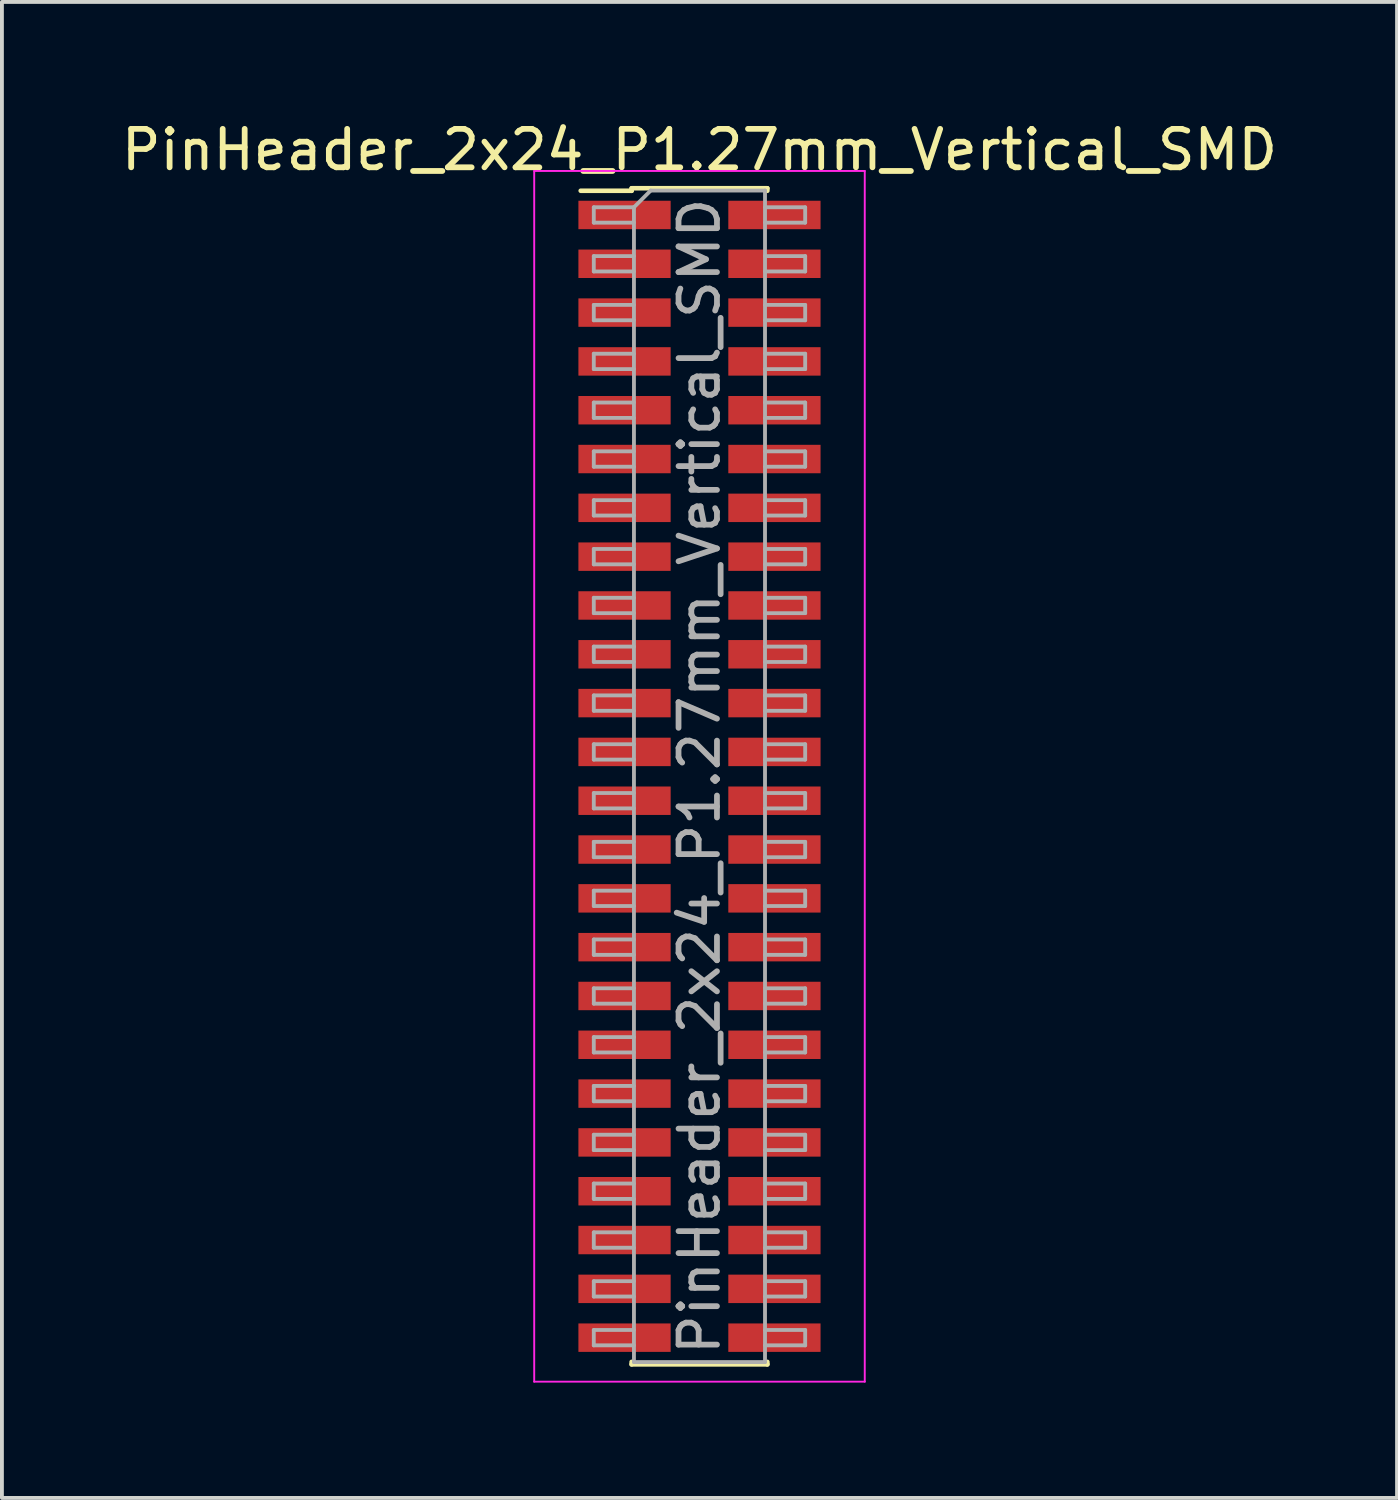
<source format=kicad_pcb>
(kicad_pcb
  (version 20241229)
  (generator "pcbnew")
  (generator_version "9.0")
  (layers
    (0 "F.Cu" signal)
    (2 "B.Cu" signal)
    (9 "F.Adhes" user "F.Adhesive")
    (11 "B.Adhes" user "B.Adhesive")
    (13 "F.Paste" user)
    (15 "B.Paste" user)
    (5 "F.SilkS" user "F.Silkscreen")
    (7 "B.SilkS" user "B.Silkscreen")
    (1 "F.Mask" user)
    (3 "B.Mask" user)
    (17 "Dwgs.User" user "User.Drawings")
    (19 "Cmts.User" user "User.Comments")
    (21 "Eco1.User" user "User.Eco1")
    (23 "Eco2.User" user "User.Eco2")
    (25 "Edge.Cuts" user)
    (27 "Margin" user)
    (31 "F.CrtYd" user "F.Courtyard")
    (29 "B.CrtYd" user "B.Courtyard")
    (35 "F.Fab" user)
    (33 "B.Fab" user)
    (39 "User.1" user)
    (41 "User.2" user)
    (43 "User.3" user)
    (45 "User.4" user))
  (footprint "PinHeader_2x24_P1.27mm_Vertical_SMD"
    (layer "F.Cu")
    (at 15.149 17.148)
    (property "Reference" "PinHeader_2x24_P1.27mm_Vertical_SMD" (at 0 -16.3 0) (layer "F.SilkS") (effects (font (size 1 1) (thickness 0.15))))
    (attr smd)
    (fp_line (start -3.09 -15.235) (end -1.765 -15.235) (stroke (width 0.12) (type solid)) (layer "F.SilkS"))
    (fp_line (start -1.765 -15.3) (end -1.765 -15.235) (stroke (width 0.12) (type solid)) (layer "F.SilkS"))
    (fp_line (start -1.765 -15.3) (end 1.765 -15.3) (stroke (width 0.12) (type solid)) (layer "F.SilkS"))
    (fp_line (start -1.765 15.235) (end -1.765 15.3) (stroke (width 0.12) (type solid)) (layer "F.SilkS"))
    (fp_line (start -1.765 15.3) (end 1.765 15.3) (stroke (width 0.12) (type solid)) (layer "F.SilkS"))
    (fp_line (start 1.765 -15.3) (end 1.765 -15.235) (stroke (width 0.12) (type solid)) (layer "F.SilkS"))
    (fp_line (start 1.765 15.235) (end 1.765 15.3) (stroke (width 0.12) (type solid)) (layer "F.SilkS"))
    (fp_line (start -4.3 -15.75) (end -4.3 15.75) (stroke (width 0.05) (type solid)) (layer "F.CrtYd"))
    (fp_line (start -4.3 15.75) (end 4.3 15.75) (stroke (width 0.05) (type solid)) (layer "F.CrtYd"))
    (fp_line (start 4.3 -15.75) (end -4.3 -15.75) (stroke (width 0.05) (type solid)) (layer "F.CrtYd"))
    (fp_line (start 4.3 15.75) (end 4.3 -15.75) (stroke (width 0.05) (type solid)) (layer "F.CrtYd"))
    (fp_line (start -2.75 -14.805) (end -2.75 -14.405) (stroke (width 0.1) (type solid)) (layer "F.Fab"))
    (fp_line (start -2.75 -14.405) (end -1.705 -14.405) (stroke (width 0.1) (type solid)) (layer "F.Fab"))
    (fp_line (start -2.75 -13.535) (end -2.75 -13.135) (stroke (width 0.1) (type solid)) (layer "F.Fab"))
    (fp_line (start -2.75 -13.135) (end -1.705 -13.135) (stroke (width 0.1) (type solid)) (layer "F.Fab"))
    (fp_line (start -2.75 -12.265) (end -2.75 -11.865) (stroke (width 0.1) (type solid)) (layer "F.Fab"))
    (fp_line (start -2.75 -11.865) (end -1.705 -11.865) (stroke (width 0.1) (type solid)) (layer "F.Fab"))
    (fp_line (start -2.75 -10.995) (end -2.75 -10.595) (stroke (width 0.1) (type solid)) (layer "F.Fab"))
    (fp_line (start -2.75 -10.595) (end -1.705 -10.595) (stroke (width 0.1) (type solid)) (layer "F.Fab"))
    (fp_line (start -2.75 -9.725) (end -2.75 -9.325) (stroke (width 0.1) (type solid)) (layer "F.Fab"))
    (fp_line (start -2.75 -9.325) (end -1.705 -9.325) (stroke (width 0.1) (type solid)) (layer "F.Fab"))
    (fp_line (start -2.75 -8.455) (end -2.75 -8.055) (stroke (width 0.1) (type solid)) (layer "F.Fab"))
    (fp_line (start -2.75 -8.055) (end -1.705 -8.055) (stroke (width 0.1) (type solid)) (layer "F.Fab"))
    (fp_line (start -2.75 -7.185) (end -2.75 -6.785) (stroke (width 0.1) (type solid)) (layer "F.Fab"))
    (fp_line (start -2.75 -6.785) (end -1.705 -6.785) (stroke (width 0.1) (type solid)) (layer "F.Fab"))
    (fp_line (start -2.75 -5.915) (end -2.75 -5.515) (stroke (width 0.1) (type solid)) (layer "F.Fab"))
    (fp_line (start -2.75 -5.515) (end -1.705 -5.515) (stroke (width 0.1) (type solid)) (layer "F.Fab"))
    (fp_line (start -2.75 -4.645) (end -2.75 -4.245) (stroke (width 0.1) (type solid)) (layer "F.Fab"))
    (fp_line (start -2.75 -4.245) (end -1.705 -4.245) (stroke (width 0.1) (type solid)) (layer "F.Fab"))
    (fp_line (start -2.75 -3.375) (end -2.75 -2.975) (stroke (width 0.1) (type solid)) (layer "F.Fab"))
    (fp_line (start -2.75 -2.975) (end -1.705 -2.975) (stroke (width 0.1) (type solid)) (layer "F.Fab"))
    (fp_line (start -2.75 -2.105) (end -2.75 -1.705) (stroke (width 0.1) (type solid)) (layer "F.Fab"))
    (fp_line (start -2.75 -1.705) (end -1.705 -1.705) (stroke (width 0.1) (type solid)) (layer "F.Fab"))
    (fp_line (start -2.75 -0.835) (end -2.75 -0.435) (stroke (width 0.1) (type solid)) (layer "F.Fab"))
    (fp_line (start -2.75 -0.435) (end -1.705 -0.435) (stroke (width 0.1) (type solid)) (layer "F.Fab"))
    (fp_line (start -2.75 0.435) (end -2.75 0.835) (stroke (width 0.1) (type solid)) (layer "F.Fab"))
    (fp_line (start -2.75 0.835) (end -1.705 0.835) (stroke (width 0.1) (type solid)) (layer "F.Fab"))
    (fp_line (start -2.75 1.705) (end -2.75 2.105) (stroke (width 0.1) (type solid)) (layer "F.Fab"))
    (fp_line (start -2.75 2.105) (end -1.705 2.105) (stroke (width 0.1) (type solid)) (layer "F.Fab"))
    (fp_line (start -2.75 2.975) (end -2.75 3.375) (stroke (width 0.1) (type solid)) (layer "F.Fab"))
    (fp_line (start -2.75 3.375) (end -1.705 3.375) (stroke (width 0.1) (type solid)) (layer "F.Fab"))
    (fp_line (start -2.75 4.245) (end -2.75 4.645) (stroke (width 0.1) (type solid)) (layer "F.Fab"))
    (fp_line (start -2.75 4.645) (end -1.705 4.645) (stroke (width 0.1) (type solid)) (layer "F.Fab"))
    (fp_line (start -2.75 5.515) (end -2.75 5.915) (stroke (width 0.1) (type solid)) (layer "F.Fab"))
    (fp_line (start -2.75 5.915) (end -1.705 5.915) (stroke (width 0.1) (type solid)) (layer "F.Fab"))
    (fp_line (start -2.75 6.785) (end -2.75 7.185) (stroke (width 0.1) (type solid)) (layer "F.Fab"))
    (fp_line (start -2.75 7.185) (end -1.705 7.185) (stroke (width 0.1) (type solid)) (layer "F.Fab"))
    (fp_line (start -2.75 8.055) (end -2.75 8.455) (stroke (width 0.1) (type solid)) (layer "F.Fab"))
    (fp_line (start -2.75 8.455) (end -1.705 8.455) (stroke (width 0.1) (type solid)) (layer "F.Fab"))
    (fp_line (start -2.75 9.325) (end -2.75 9.725) (stroke (width 0.1) (type solid)) (layer "F.Fab"))
    (fp_line (start -2.75 9.725) (end -1.705 9.725) (stroke (width 0.1) (type solid)) (layer "F.Fab"))
    (fp_line (start -2.75 10.595) (end -2.75 10.995) (stroke (width 0.1) (type solid)) (layer "F.Fab"))
    (fp_line (start -2.75 10.995) (end -1.705 10.995) (stroke (width 0.1) (type solid)) (layer "F.Fab"))
    (fp_line (start -2.75 11.865) (end -2.75 12.265) (stroke (width 0.1) (type solid)) (layer "F.Fab"))
    (fp_line (start -2.75 12.265) (end -1.705 12.265) (stroke (width 0.1) (type solid)) (layer "F.Fab"))
    (fp_line (start -2.75 13.135) (end -2.75 13.535) (stroke (width 0.1) (type solid)) (layer "F.Fab"))
    (fp_line (start -2.75 13.535) (end -1.705 13.535) (stroke (width 0.1) (type solid)) (layer "F.Fab"))
    (fp_line (start -2.75 14.405) (end -2.75 14.805) (stroke (width 0.1) (type solid)) (layer "F.Fab"))
    (fp_line (start -2.75 14.805) (end -1.705 14.805) (stroke (width 0.1) (type solid)) (layer "F.Fab"))
    (fp_line (start -1.705 -14.805) (end -2.75 -14.805) (stroke (width 0.1) (type solid)) (layer "F.Fab"))
    (fp_line (start -1.705 -14.805) (end -1.27 -15.24) (stroke (width 0.1) (type solid)) (layer "F.Fab"))
    (fp_line (start -1.705 -13.535) (end -2.75 -13.535) (stroke (width 0.1) (type solid)) (layer "F.Fab"))
    (fp_line (start -1.705 -12.265) (end -2.75 -12.265) (stroke (width 0.1) (type solid)) (layer "F.Fab"))
    (fp_line (start -1.705 -10.995) (end -2.75 -10.995) (stroke (width 0.1) (type solid)) (layer "F.Fab"))
    (fp_line (start -1.705 -9.725) (end -2.75 -9.725) (stroke (width 0.1) (type solid)) (layer "F.Fab"))
    (fp_line (start -1.705 -8.455) (end -2.75 -8.455) (stroke (width 0.1) (type solid)) (layer "F.Fab"))
    (fp_line (start -1.705 -7.185) (end -2.75 -7.185) (stroke (width 0.1) (type solid)) (layer "F.Fab"))
    (fp_line (start -1.705 -5.915) (end -2.75 -5.915) (stroke (width 0.1) (type solid)) (layer "F.Fab"))
    (fp_line (start -1.705 -4.645) (end -2.75 -4.645) (stroke (width 0.1) (type solid)) (layer "F.Fab"))
    (fp_line (start -1.705 -3.375) (end -2.75 -3.375) (stroke (width 0.1) (type solid)) (layer "F.Fab"))
    (fp_line (start -1.705 -2.105) (end -2.75 -2.105) (stroke (width 0.1) (type solid)) (layer "F.Fab"))
    (fp_line (start -1.705 -0.835) (end -2.75 -0.835) (stroke (width 0.1) (type solid)) (layer "F.Fab"))
    (fp_line (start -1.705 0.435) (end -2.75 0.435) (stroke (width 0.1) (type solid)) (layer "F.Fab"))
    (fp_line (start -1.705 1.705) (end -2.75 1.705) (stroke (width 0.1) (type solid)) (layer "F.Fab"))
    (fp_line (start -1.705 2.975) (end -2.75 2.975) (stroke (width 0.1) (type solid)) (layer "F.Fab"))
    (fp_line (start -1.705 4.245) (end -2.75 4.245) (stroke (width 0.1) (type solid)) (layer "F.Fab"))
    (fp_line (start -1.705 5.515) (end -2.75 5.515) (stroke (width 0.1) (type solid)) (layer "F.Fab"))
    (fp_line (start -1.705 6.785) (end -2.75 6.785) (stroke (width 0.1) (type solid)) (layer "F.Fab"))
    (fp_line (start -1.705 8.055) (end -2.75 8.055) (stroke (width 0.1) (type solid)) (layer "F.Fab"))
    (fp_line (start -1.705 9.325) (end -2.75 9.325) (stroke (width 0.1) (type solid)) (layer "F.Fab"))
    (fp_line (start -1.705 10.595) (end -2.75 10.595) (stroke (width 0.1) (type solid)) (layer "F.Fab"))
    (fp_line (start -1.705 11.865) (end -2.75 11.865) (stroke (width 0.1) (type solid)) (layer "F.Fab"))
    (fp_line (start -1.705 13.135) (end -2.75 13.135) (stroke (width 0.1) (type solid)) (layer "F.Fab"))
    (fp_line (start -1.705 14.405) (end -2.75 14.405) (stroke (width 0.1) (type solid)) (layer "F.Fab"))
    (fp_line (start -1.705 15.24) (end -1.705 -14.805) (stroke (width 0.1) (type solid)) (layer "F.Fab"))
    (fp_line (start -1.27 -15.24) (end 1.705 -15.24) (stroke (width 0.1) (type solid)) (layer "F.Fab"))
    (fp_line (start 1.705 -15.24) (end 1.705 15.24) (stroke (width 0.1) (type solid)) (layer "F.Fab"))
    (fp_line (start 1.705 -14.805) (end 2.75 -14.805) (stroke (width 0.1) (type solid)) (layer "F.Fab"))
    (fp_line (start 1.705 -13.535) (end 2.75 -13.535) (stroke (width 0.1) (type solid)) (layer "F.Fab"))
    (fp_line (start 1.705 -12.265) (end 2.75 -12.265) (stroke (width 0.1) (type solid)) (layer "F.Fab"))
    (fp_line (start 1.705 -10.995) (end 2.75 -10.995) (stroke (width 0.1) (type solid)) (layer "F.Fab"))
    (fp_line (start 1.705 -9.725) (end 2.75 -9.725) (stroke (width 0.1) (type solid)) (layer "F.Fab"))
    (fp_line (start 1.705 -8.455) (end 2.75 -8.455) (stroke (width 0.1) (type solid)) (layer "F.Fab"))
    (fp_line (start 1.705 -7.185) (end 2.75 -7.185) (stroke (width 0.1) (type solid)) (layer "F.Fab"))
    (fp_line (start 1.705 -5.915) (end 2.75 -5.915) (stroke (width 0.1) (type solid)) (layer "F.Fab"))
    (fp_line (start 1.705 -4.645) (end 2.75 -4.645) (stroke (width 0.1) (type solid)) (layer "F.Fab"))
    (fp_line (start 1.705 -3.375) (end 2.75 -3.375) (stroke (width 0.1) (type solid)) (layer "F.Fab"))
    (fp_line (start 1.705 -2.105) (end 2.75 -2.105) (stroke (width 0.1) (type solid)) (layer "F.Fab"))
    (fp_line (start 1.705 -0.835) (end 2.75 -0.835) (stroke (width 0.1) (type solid)) (layer "F.Fab"))
    (fp_line (start 1.705 0.435) (end 2.75 0.435) (stroke (width 0.1) (type solid)) (layer "F.Fab"))
    (fp_line (start 1.705 1.705) (end 2.75 1.705) (stroke (width 0.1) (type solid)) (layer "F.Fab"))
    (fp_line (start 1.705 2.975) (end 2.75 2.975) (stroke (width 0.1) (type solid)) (layer "F.Fab"))
    (fp_line (start 1.705 4.245) (end 2.75 4.245) (stroke (width 0.1) (type solid)) (layer "F.Fab"))
    (fp_line (start 1.705 5.515) (end 2.75 5.515) (stroke (width 0.1) (type solid)) (layer "F.Fab"))
    (fp_line (start 1.705 6.785) (end 2.75 6.785) (stroke (width 0.1) (type solid)) (layer "F.Fab"))
    (fp_line (start 1.705 8.055) (end 2.75 8.055) (stroke (width 0.1) (type solid)) (layer "F.Fab"))
    (fp_line (start 1.705 9.325) (end 2.75 9.325) (stroke (width 0.1) (type solid)) (layer "F.Fab"))
    (fp_line (start 1.705 10.595) (end 2.75 10.595) (stroke (width 0.1) (type solid)) (layer "F.Fab"))
    (fp_line (start 1.705 11.865) (end 2.75 11.865) (stroke (width 0.1) (type solid)) (layer "F.Fab"))
    (fp_line (start 1.705 13.135) (end 2.75 13.135) (stroke (width 0.1) (type solid)) (layer "F.Fab"))
    (fp_line (start 1.705 14.405) (end 2.75 14.405) (stroke (width 0.1) (type solid)) (layer "F.Fab"))
    (fp_line (start 1.705 15.24) (end -1.705 15.24) (stroke (width 0.1) (type solid)) (layer "F.Fab"))
    (fp_line (start 2.75 -14.805) (end 2.75 -14.405) (stroke (width 0.1) (type solid)) (layer "F.Fab"))
    (fp_line (start 2.75 -14.405) (end 1.705 -14.405) (stroke (width 0.1) (type solid)) (layer "F.Fab"))
    (fp_line (start 2.75 -13.535) (end 2.75 -13.135) (stroke (width 0.1) (type solid)) (layer "F.Fab"))
    (fp_line (start 2.75 -13.135) (end 1.705 -13.135) (stroke (width 0.1) (type solid)) (layer "F.Fab"))
    (fp_line (start 2.75 -12.265) (end 2.75 -11.865) (stroke (width 0.1) (type solid)) (layer "F.Fab"))
    (fp_line (start 2.75 -11.865) (end 1.705 -11.865) (stroke (width 0.1) (type solid)) (layer "F.Fab"))
    (fp_line (start 2.75 -10.995) (end 2.75 -10.595) (stroke (width 0.1) (type solid)) (layer "F.Fab"))
    (fp_line (start 2.75 -10.595) (end 1.705 -10.595) (stroke (width 0.1) (type solid)) (layer "F.Fab"))
    (fp_line (start 2.75 -9.725) (end 2.75 -9.325) (stroke (width 0.1) (type solid)) (layer "F.Fab"))
    (fp_line (start 2.75 -9.325) (end 1.705 -9.325) (stroke (width 0.1) (type solid)) (layer "F.Fab"))
    (fp_line (start 2.75 -8.455) (end 2.75 -8.055) (stroke (width 0.1) (type solid)) (layer "F.Fab"))
    (fp_line (start 2.75 -8.055) (end 1.705 -8.055) (stroke (width 0.1) (type solid)) (layer "F.Fab"))
    (fp_line (start 2.75 -7.185) (end 2.75 -6.785) (stroke (width 0.1) (type solid)) (layer "F.Fab"))
    (fp_line (start 2.75 -6.785) (end 1.705 -6.785) (stroke (width 0.1) (type solid)) (layer "F.Fab"))
    (fp_line (start 2.75 -5.915) (end 2.75 -5.515) (stroke (width 0.1) (type solid)) (layer "F.Fab"))
    (fp_line (start 2.75 -5.515) (end 1.705 -5.515) (stroke (width 0.1) (type solid)) (layer "F.Fab"))
    (fp_line (start 2.75 -4.645) (end 2.75 -4.245) (stroke (width 0.1) (type solid)) (layer "F.Fab"))
    (fp_line (start 2.75 -4.245) (end 1.705 -4.245) (stroke (width 0.1) (type solid)) (layer "F.Fab"))
    (fp_line (start 2.75 -3.375) (end 2.75 -2.975) (stroke (width 0.1) (type solid)) (layer "F.Fab"))
    (fp_line (start 2.75 -2.975) (end 1.705 -2.975) (stroke (width 0.1) (type solid)) (layer "F.Fab"))
    (fp_line (start 2.75 -2.105) (end 2.75 -1.705) (stroke (width 0.1) (type solid)) (layer "F.Fab"))
    (fp_line (start 2.75 -1.705) (end 1.705 -1.705) (stroke (width 0.1) (type solid)) (layer "F.Fab"))
    (fp_line (start 2.75 -0.835) (end 2.75 -0.435) (stroke (width 0.1) (type solid)) (layer "F.Fab"))
    (fp_line (start 2.75 -0.435) (end 1.705 -0.435) (stroke (width 0.1) (type solid)) (layer "F.Fab"))
    (fp_line (start 2.75 0.435) (end 2.75 0.835) (stroke (width 0.1) (type solid)) (layer "F.Fab"))
    (fp_line (start 2.75 0.835) (end 1.705 0.835) (stroke (width 0.1) (type solid)) (layer "F.Fab"))
    (fp_line (start 2.75 1.705) (end 2.75 2.105) (stroke (width 0.1) (type solid)) (layer "F.Fab"))
    (fp_line (start 2.75 2.105) (end 1.705 2.105) (stroke (width 0.1) (type solid)) (layer "F.Fab"))
    (fp_line (start 2.75 2.975) (end 2.75 3.375) (stroke (width 0.1) (type solid)) (layer "F.Fab"))
    (fp_line (start 2.75 3.375) (end 1.705 3.375) (stroke (width 0.1) (type solid)) (layer "F.Fab"))
    (fp_line (start 2.75 4.245) (end 2.75 4.645) (stroke (width 0.1) (type solid)) (layer "F.Fab"))
    (fp_line (start 2.75 4.645) (end 1.705 4.645) (stroke (width 0.1) (type solid)) (layer "F.Fab"))
    (fp_line (start 2.75 5.515) (end 2.75 5.915) (stroke (width 0.1) (type solid)) (layer "F.Fab"))
    (fp_line (start 2.75 5.915) (end 1.705 5.915) (stroke (width 0.1) (type solid)) (layer "F.Fab"))
    (fp_line (start 2.75 6.785) (end 2.75 7.185) (stroke (width 0.1) (type solid)) (layer "F.Fab"))
    (fp_line (start 2.75 7.185) (end 1.705 7.185) (stroke (width 0.1) (type solid)) (layer "F.Fab"))
    (fp_line (start 2.75 8.055) (end 2.75 8.455) (stroke (width 0.1) (type solid)) (layer "F.Fab"))
    (fp_line (start 2.75 8.455) (end 1.705 8.455) (stroke (width 0.1) (type solid)) (layer "F.Fab"))
    (fp_line (start 2.75 9.325) (end 2.75 9.725) (stroke (width 0.1) (type solid)) (layer "F.Fab"))
    (fp_line (start 2.75 9.725) (end 1.705 9.725) (stroke (width 0.1) (type solid)) (layer "F.Fab"))
    (fp_line (start 2.75 10.595) (end 2.75 10.995) (stroke (width 0.1) (type solid)) (layer "F.Fab"))
    (fp_line (start 2.75 10.995) (end 1.705 10.995) (stroke (width 0.1) (type solid)) (layer "F.Fab"))
    (fp_line (start 2.75 11.865) (end 2.75 12.265) (stroke (width 0.1) (type solid)) (layer "F.Fab"))
    (fp_line (start 2.75 12.265) (end 1.705 12.265) (stroke (width 0.1) (type solid)) (layer "F.Fab"))
    (fp_line (start 2.75 13.135) (end 2.75 13.535) (stroke (width 0.1) (type solid)) (layer "F.Fab"))
    (fp_line (start 2.75 13.535) (end 1.705 13.535) (stroke (width 0.1) (type solid)) (layer "F.Fab"))
    (fp_line (start 2.75 14.405) (end 2.75 14.805) (stroke (width 0.1) (type solid)) (layer "F.Fab"))
    (fp_line (start 2.75 14.805) (end 1.705 14.805) (stroke (width 0.1) (type solid)) (layer "F.Fab"))
    (fp_text user "${REFERENCE}" (at 0 0 90) (layer "F.Fab") (effects (font (size 1 1) (thickness 0.15))))
    (pad "1" smd rect (at -1.95 -14.605) (size 2.4 0.74) (layers "F.Cu" "F.Mask" "F.Paste"))
    (pad "2" smd rect (at 1.95 -14.605) (size 2.4 0.74) (layers "F.Cu" "F.Mask" "F.Paste"))
    (pad "3" smd rect (at -1.95 -13.335) (size 2.4 0.74) (layers "F.Cu" "F.Mask" "F.Paste"))
    (pad "4" smd rect (at 1.95 -13.335) (size 2.4 0.74) (layers "F.Cu" "F.Mask" "F.Paste"))
    (pad "5" smd rect (at -1.95 -12.065) (size 2.4 0.74) (layers "F.Cu" "F.Mask" "F.Paste"))
    (pad "6" smd rect (at 1.95 -12.065) (size 2.4 0.74) (layers "F.Cu" "F.Mask" "F.Paste"))
    (pad "7" smd rect (at -1.95 -10.795) (size 2.4 0.74) (layers "F.Cu" "F.Mask" "F.Paste"))
    (pad "8" smd rect (at 1.95 -10.795) (size 2.4 0.74) (layers "F.Cu" "F.Mask" "F.Paste"))
    (pad "9" smd rect (at -1.95 -9.525) (size 2.4 0.74) (layers "F.Cu" "F.Mask" "F.Paste"))
    (pad "10" smd rect (at 1.95 -9.525) (size 2.4 0.74) (layers "F.Cu" "F.Mask" "F.Paste"))
    (pad "11" smd rect (at -1.95 -8.255) (size 2.4 0.74) (layers "F.Cu" "F.Mask" "F.Paste"))
    (pad "12" smd rect (at 1.95 -8.255) (size 2.4 0.74) (layers "F.Cu" "F.Mask" "F.Paste"))
    (pad "13" smd rect (at -1.95 -6.985) (size 2.4 0.74) (layers "F.Cu" "F.Mask" "F.Paste"))
    (pad "14" smd rect (at 1.95 -6.985) (size 2.4 0.74) (layers "F.Cu" "F.Mask" "F.Paste"))
    (pad "15" smd rect (at -1.95 -5.715) (size 2.4 0.74) (layers "F.Cu" "F.Mask" "F.Paste"))
    (pad "16" smd rect (at 1.95 -5.715) (size 2.4 0.74) (layers "F.Cu" "F.Mask" "F.Paste"))
    (pad "17" smd rect (at -1.95 -4.445) (size 2.4 0.74) (layers "F.Cu" "F.Mask" "F.Paste"))
    (pad "18" smd rect (at 1.95 -4.445) (size 2.4 0.74) (layers "F.Cu" "F.Mask" "F.Paste"))
    (pad "19" smd rect (at -1.95 -3.175) (size 2.4 0.74) (layers "F.Cu" "F.Mask" "F.Paste"))
    (pad "20" smd rect (at 1.95 -3.175) (size 2.4 0.74) (layers "F.Cu" "F.Mask" "F.Paste"))
    (pad "21" smd rect (at -1.95 -1.905) (size 2.4 0.74) (layers "F.Cu" "F.Mask" "F.Paste"))
    (pad "22" smd rect (at 1.95 -1.905) (size 2.4 0.74) (layers "F.Cu" "F.Mask" "F.Paste"))
    (pad "23" smd rect (at -1.95 -0.635) (size 2.4 0.74) (layers "F.Cu" "F.Mask" "F.Paste"))
    (pad "24" smd rect (at 1.95 -0.635) (size 2.4 0.74) (layers "F.Cu" "F.Mask" "F.Paste"))
    (pad "25" smd rect (at -1.95 0.635) (size 2.4 0.74) (layers "F.Cu" "F.Mask" "F.Paste"))
    (pad "26" smd rect (at 1.95 0.635) (size 2.4 0.74) (layers "F.Cu" "F.Mask" "F.Paste"))
    (pad "27" smd rect (at -1.95 1.905) (size 2.4 0.74) (layers "F.Cu" "F.Mask" "F.Paste"))
    (pad "28" smd rect (at 1.95 1.905) (size 2.4 0.74) (layers "F.Cu" "F.Mask" "F.Paste"))
    (pad "29" smd rect (at -1.95 3.175) (size 2.4 0.74) (layers "F.Cu" "F.Mask" "F.Paste"))
    (pad "30" smd rect (at 1.95 3.175) (size 2.4 0.74) (layers "F.Cu" "F.Mask" "F.Paste"))
    (pad "31" smd rect (at -1.95 4.445) (size 2.4 0.74) (layers "F.Cu" "F.Mask" "F.Paste"))
    (pad "32" smd rect (at 1.95 4.445) (size 2.4 0.74) (layers "F.Cu" "F.Mask" "F.Paste"))
    (pad "33" smd rect (at -1.95 5.715) (size 2.4 0.74) (layers "F.Cu" "F.Mask" "F.Paste"))
    (pad "34" smd rect (at 1.95 5.715) (size 2.4 0.74) (layers "F.Cu" "F.Mask" "F.Paste"))
    (pad "35" smd rect (at -1.95 6.985) (size 2.4 0.74) (layers "F.Cu" "F.Mask" "F.Paste"))
    (pad "36" smd rect (at 1.95 6.985) (size 2.4 0.74) (layers "F.Cu" "F.Mask" "F.Paste"))
    (pad "37" smd rect (at -1.95 8.255) (size 2.4 0.74) (layers "F.Cu" "F.Mask" "F.Paste"))
    (pad "38" smd rect (at 1.95 8.255) (size 2.4 0.74) (layers "F.Cu" "F.Mask" "F.Paste"))
    (pad "39" smd rect (at -1.95 9.525) (size 2.4 0.74) (layers "F.Cu" "F.Mask" "F.Paste"))
    (pad "40" smd rect (at 1.95 9.525) (size 2.4 0.74) (layers "F.Cu" "F.Mask" "F.Paste"))
    (pad "41" smd rect (at -1.95 10.795) (size 2.4 0.74) (layers "F.Cu" "F.Mask" "F.Paste"))
    (pad "42" smd rect (at 1.95 10.795) (size 2.4 0.74) (layers "F.Cu" "F.Mask" "F.Paste"))
    (pad "43" smd rect (at -1.95 12.065) (size 2.4 0.74) (layers "F.Cu" "F.Mask" "F.Paste"))
    (pad "44" smd rect (at 1.95 12.065) (size 2.4 0.74) (layers "F.Cu" "F.Mask" "F.Paste"))
    (pad "45" smd rect (at -1.95 13.335) (size 2.4 0.74) (layers "F.Cu" "F.Mask" "F.Paste"))
    (pad "46" smd rect (at 1.95 13.335) (size 2.4 0.74) (layers "F.Cu" "F.Mask" "F.Paste"))
    (pad "47" smd rect (at -1.95 14.605) (size 2.4 0.74) (layers "F.Cu" "F.Mask" "F.Paste"))
    (pad "48" smd rect (at 1.95 14.605) (size 2.4 0.74) (layers "F.Cu" "F.Mask" "F.Paste")))
  (gr_rect
    (start -3 -3)
    (end 33.298 35.923)
    (stroke (width 0.1) (type default))
    (fill no)
    (layer "Edge.Cuts")))
</source>
